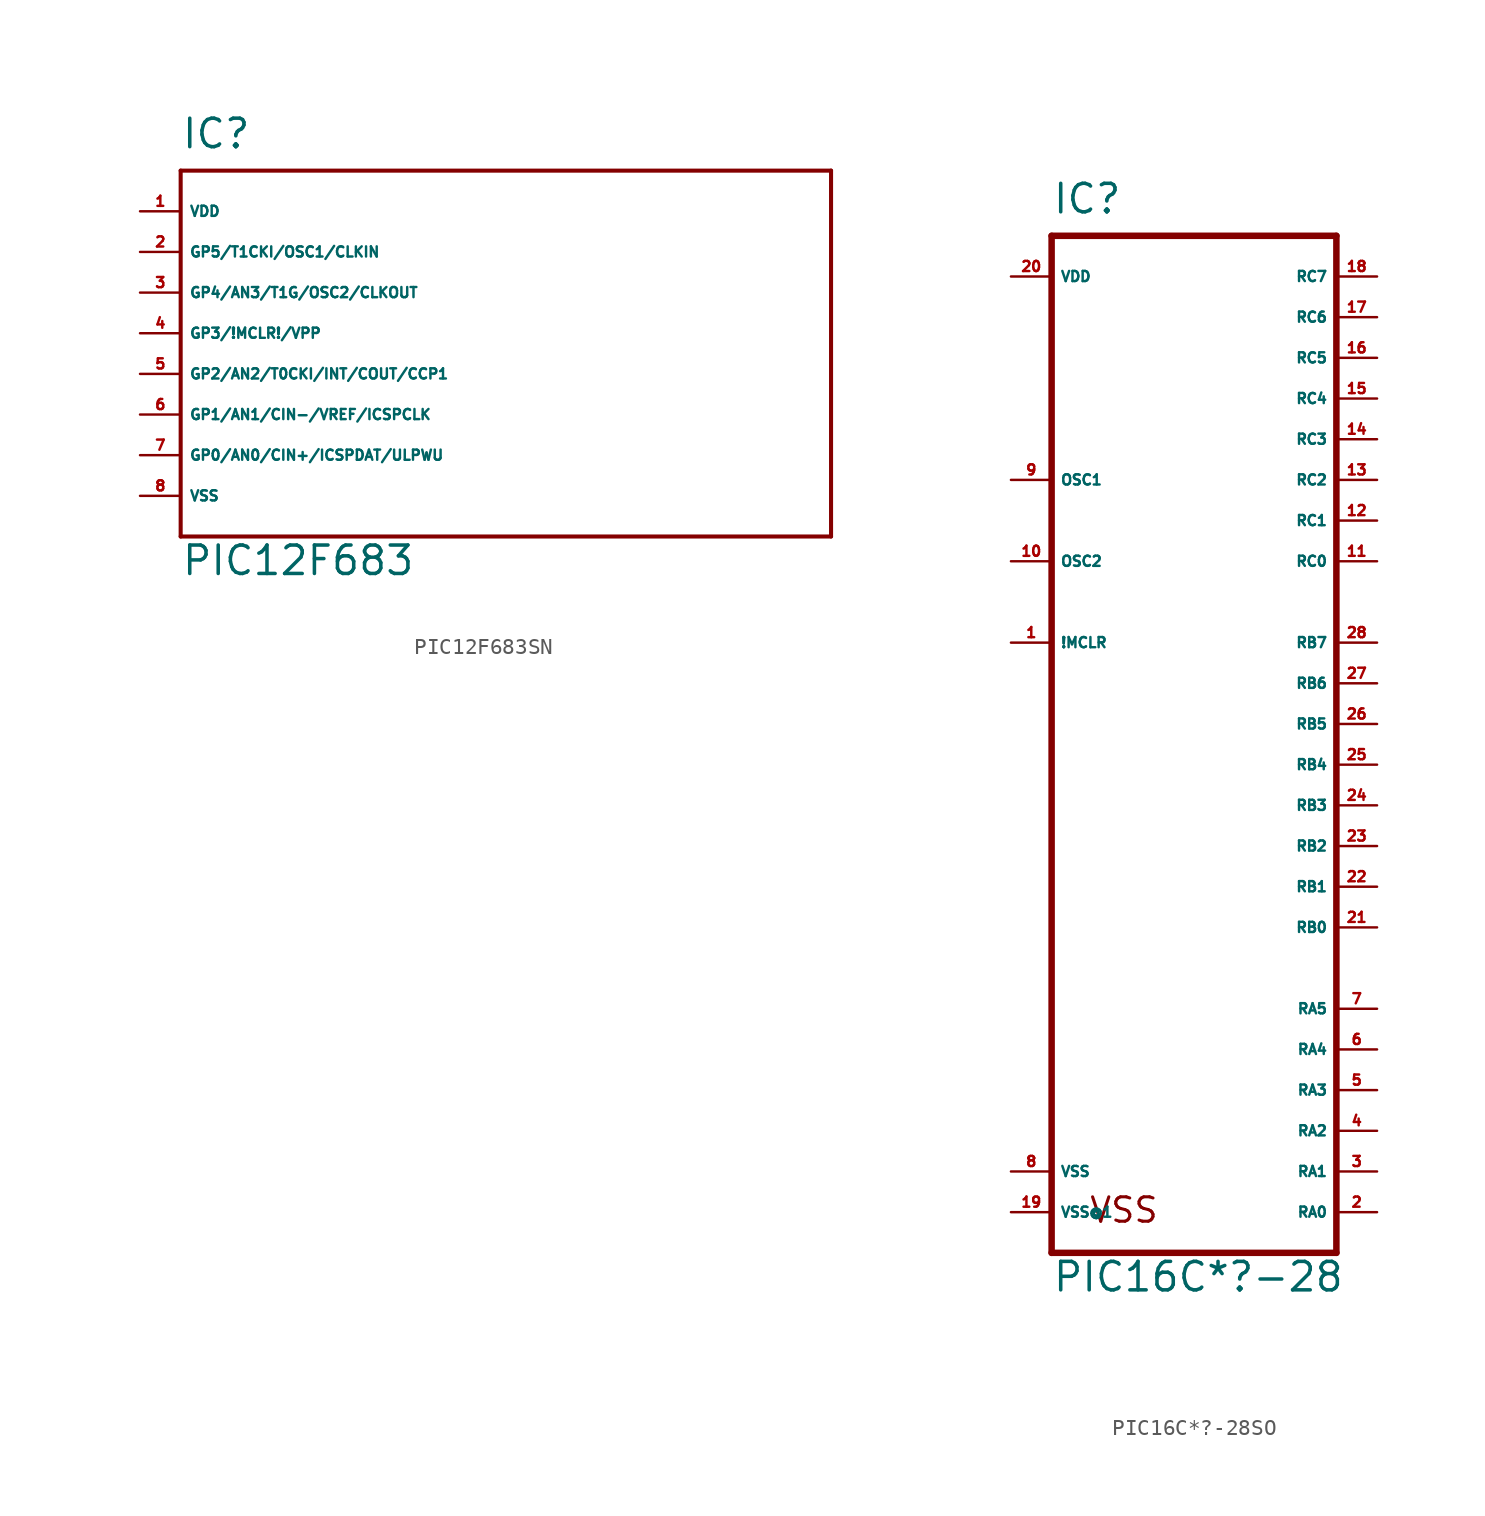
<source format=kicad_sym>
(kicad_symbol_lib
  (version 20220914)
  (generator Eagle2Kicad)
  (symbol "PIC12F683SN"
    (property "Reference" "IC"
      (at -20.32 19.05 0)
      (effects (font (size 1.778 1.778) (thickness 0.22)) (justify left bottom)))
    (property "Value" "PIC12F683"
      (at -20.32 -7.62 0)
      (effects (font (size 1.778 1.778) (thickness 0.22)) (justify left bottom)))
    (polyline
      (pts (xy -20.32 17.78) (xy 20.32 17.78))
      (stroke (width 0.254) (type default))
      (fill (type none)))
    (polyline
      (pts (xy 20.32 17.78) (xy 20.32 -5.08))
      (stroke (width 0.254) (type default))
      (fill (type none)))
    (polyline
      (pts (xy 20.32 -5.08) (xy -20.32 -5.08))
      (stroke (width 0.254) (type default))
      (fill (type none)))
    (polyline
      (pts (xy -20.32 -5.08) (xy -20.32 17.78))
      (stroke (width 0.254) (type default))
      (fill (type none)))
    (pin unspecified line
      (at -22.86 15.24 0)
      (length 2.54)
      (name "VDD" (effects (font (size 0.635 0.635) (thickness 0.08)) (justify left bottom)))
      (number "1" (effects (font (size 0.635 0.635) (thickness 0.08)) (justify left bottom))))
    (pin bidirectional line
      (at -22.86 12.7 0)
      (length 2.54)
      (name "GP5/T1CKI/OSC1/CLKIN" (effects (font (size 0.635 0.635) (thickness 0.08)) (justify left bottom)))
      (number "2" (effects (font (size 0.635 0.635) (thickness 0.08)) (justify left bottom))))
    (pin bidirectional line
      (at -22.86 10.16 0)
      (length 2.54)
      (name "GP4/AN3/T1G/OSC2/CLKOUT" (effects (font (size 0.635 0.635) (thickness 0.08)) (justify left bottom)))
      (number "3" (effects (font (size 0.635 0.635) (thickness 0.08)) (justify left bottom))))
    (pin bidirectional line
      (at -22.86 7.62 0)
      (length 2.54)
      (name "GP3/!MCLR!/VPP" (effects (font (size 0.635 0.635) (thickness 0.08)) (justify left bottom)))
      (number "4" (effects (font (size 0.635 0.635) (thickness 0.08)) (justify left bottom))))
    (pin bidirectional line
      (at -22.86 5.08 0)
      (length 2.54)
      (name "GP2/AN2/T0CKI/INT/COUT/CCP1" (effects (font (size 0.635 0.635) (thickness 0.08)) (justify left bottom)))
      (number "5" (effects (font (size 0.635 0.635) (thickness 0.08)) (justify left bottom))))
    (pin bidirectional line
      (at -22.86 2.54 0)
      (length 2.54)
      (name "GP1/AN1/CIN-/VREF/ICSPCLK" (effects (font (size 0.635 0.635) (thickness 0.08)) (justify left bottom)))
      (number "6" (effects (font (size 0.635 0.635) (thickness 0.08)) (justify left bottom))))
    (pin bidirectional line
      (at -22.86 0 0)
      (length 2.54)
      (name "GP0/AN0/CIN+/ICSPDAT/ULPWU" (effects (font (size 0.635 0.635) (thickness 0.08)) (justify left bottom)))
      (number "7" (effects (font (size 0.635 0.635) (thickness 0.08)) (justify left bottom))))
    (pin unspecified line
      (at -22.86 -2.54 0)
      (length 2.54)
      (name "VSS" (effects (font (size 0.635 0.635) (thickness 0.08)) (justify left bottom)))
      (number "8" (effects (font (size 0.635 0.635) (thickness 0.08)) (justify left bottom)))))
  (symbol "PIC16C*?-28SO"
    (property "Reference" "IC"
      (at -7.62 31.75 0)
      (effects (font (size 1.778 1.778) (thickness 0.22)) (justify left bottom)))
    (property "Value" "PIC16C*?-28"
      (at -7.62 -35.56 0)
      (effects (font (size 1.778 1.778) (thickness 0.22)) (justify left bottom)))
    (polyline
      (pts (xy -7.62 -33.02) (xy 10.16 -33.02))
      (stroke (width 0.406) (type default))
      (fill (type none)))
    (polyline
      (pts (xy 10.16 -33.02) (xy 10.16 30.48))
      (stroke (width 0.406) (type default))
      (fill (type none)))
    (polyline
      (pts (xy 10.16 30.48) (xy -7.62 30.48))
      (stroke (width 0.406) (type default))
      (fill (type none)))
    (polyline
      (pts (xy -7.62 30.48) (xy -7.62 -33.02))
      (stroke (width 0.406) (type default))
      (fill (type none)))
    (text "VSS"
      (at -5.334 -31.242 0)
      (effects (font (size 1.524 1.524) (thickness 0.19)) (justify left bottom)))
    (pin input line
      (at -10.16 5.08 0)
      (length 2.54)
      (name "!MCLR" (effects (font (size 0.635 0.635) (thickness 0.08)) (justify left bottom)))
      (number "1" (effects (font (size 0.635 0.635) (thickness 0.08)) (justify left bottom))))
    (pin bidirectional line
      (at -10.16 15.24 0)
      (length 2.54)
      (name "OSC1" (effects (font (size 0.635 0.635) (thickness 0.08)) (justify left bottom)))
      (number "9" (effects (font (size 0.635 0.635) (thickness 0.08)) (justify left bottom))))
    (pin bidirectional line
      (at 12.7 -30.48 180)
      (length 2.54)
      (name "RA0" (effects (font (size 0.635 0.635) (thickness 0.08)) (justify left bottom)))
      (number "2" (effects (font (size 0.635 0.635) (thickness 0.08)) (justify left bottom))))
    (pin bidirectional line
      (at 12.7 -27.94 180)
      (length 2.54)
      (name "RA1" (effects (font (size 0.635 0.635) (thickness 0.08)) (justify left bottom)))
      (number "3" (effects (font (size 0.635 0.635) (thickness 0.08)) (justify left bottom))))
    (pin bidirectional line
      (at 12.7 -25.4 180)
      (length 2.54)
      (name "RA2" (effects (font (size 0.635 0.635) (thickness 0.08)) (justify left bottom)))
      (number "4" (effects (font (size 0.635 0.635) (thickness 0.08)) (justify left bottom))))
    (pin bidirectional line
      (at 12.7 -22.86 180)
      (length 2.54)
      (name "RA3" (effects (font (size 0.635 0.635) (thickness 0.08)) (justify left bottom)))
      (number "5" (effects (font (size 0.635 0.635) (thickness 0.08)) (justify left bottom))))
    (pin bidirectional line
      (at 12.7 -20.32 180)
      (length 2.54)
      (name "RA4" (effects (font (size 0.635 0.635) (thickness 0.08)) (justify left bottom)))
      (number "6" (effects (font (size 0.635 0.635) (thickness 0.08)) (justify left bottom))))
    (pin bidirectional line
      (at 12.7 -17.78 180)
      (length 2.54)
      (name "RA5" (effects (font (size 0.635 0.635) (thickness 0.08)) (justify left bottom)))
      (number "7" (effects (font (size 0.635 0.635) (thickness 0.08)) (justify left bottom))))
    (pin bidirectional line
      (at -10.16 10.16 0)
      (length 2.54)
      (name "OSC2" (effects (font (size 0.635 0.635) (thickness 0.08)) (justify left bottom)))
      (number "10" (effects (font (size 0.635 0.635) (thickness 0.08)) (justify left bottom))))
    (pin bidirectional line
      (at 12.7 27.94 180)
      (length 2.54)
      (name "RC7" (effects (font (size 0.635 0.635) (thickness 0.08)) (justify left bottom)))
      (number "18" (effects (font (size 0.635 0.635) (thickness 0.08)) (justify left bottom))))
    (pin bidirectional line
      (at 12.7 25.4 180)
      (length 2.54)
      (name "RC6" (effects (font (size 0.635 0.635) (thickness 0.08)) (justify left bottom)))
      (number "17" (effects (font (size 0.635 0.635) (thickness 0.08)) (justify left bottom))))
    (pin bidirectional line
      (at 12.7 22.86 180)
      (length 2.54)
      (name "RC5" (effects (font (size 0.635 0.635) (thickness 0.08)) (justify left bottom)))
      (number "16" (effects (font (size 0.635 0.635) (thickness 0.08)) (justify left bottom))))
    (pin bidirectional line
      (at 12.7 20.32 180)
      (length 2.54)
      (name "RC4" (effects (font (size 0.635 0.635) (thickness 0.08)) (justify left bottom)))
      (number "15" (effects (font (size 0.635 0.635) (thickness 0.08)) (justify left bottom))))
    (pin bidirectional line
      (at 12.7 17.78 180)
      (length 2.54)
      (name "RC3" (effects (font (size 0.635 0.635) (thickness 0.08)) (justify left bottom)))
      (number "14" (effects (font (size 0.635 0.635) (thickness 0.08)) (justify left bottom))))
    (pin bidirectional line
      (at 12.7 15.24 180)
      (length 2.54)
      (name "RC2" (effects (font (size 0.635 0.635) (thickness 0.08)) (justify left bottom)))
      (number "13" (effects (font (size 0.635 0.635) (thickness 0.08)) (justify left bottom))))
    (pin bidirectional line
      (at 12.7 12.7 180)
      (length 2.54)
      (name "RC1" (effects (font (size 0.635 0.635) (thickness 0.08)) (justify left bottom)))
      (number "12" (effects (font (size 0.635 0.635) (thickness 0.08)) (justify left bottom))))
    (pin bidirectional line
      (at 12.7 10.16 180)
      (length 2.54)
      (name "RC0" (effects (font (size 0.635 0.635) (thickness 0.08)) (justify left bottom)))
      (number "11" (effects (font (size 0.635 0.635) (thickness 0.08)) (justify left bottom))))
    (pin bidirectional line
      (at 12.7 5.08 180)
      (length 2.54)
      (name "RB7" (effects (font (size 0.635 0.635) (thickness 0.08)) (justify left bottom)))
      (number "28" (effects (font (size 0.635 0.635) (thickness 0.08)) (justify left bottom))))
    (pin bidirectional line
      (at 12.7 2.54 180)
      (length 2.54)
      (name "RB6" (effects (font (size 0.635 0.635) (thickness 0.08)) (justify left bottom)))
      (number "27" (effects (font (size 0.635 0.635) (thickness 0.08)) (justify left bottom))))
    (pin bidirectional line
      (at 12.7 0 180)
      (length 2.54)
      (name "RB5" (effects (font (size 0.635 0.635) (thickness 0.08)) (justify left bottom)))
      (number "26" (effects (font (size 0.635 0.635) (thickness 0.08)) (justify left bottom))))
    (pin bidirectional line
      (at 12.7 -2.54 180)
      (length 2.54)
      (name "RB4" (effects (font (size 0.635 0.635) (thickness 0.08)) (justify left bottom)))
      (number "25" (effects (font (size 0.635 0.635) (thickness 0.08)) (justify left bottom))))
    (pin bidirectional line
      (at 12.7 -5.08 180)
      (length 2.54)
      (name "RB3" (effects (font (size 0.635 0.635) (thickness 0.08)) (justify left bottom)))
      (number "24" (effects (font (size 0.635 0.635) (thickness 0.08)) (justify left bottom))))
    (pin bidirectional line
      (at 12.7 -7.62 180)
      (length 2.54)
      (name "RB2" (effects (font (size 0.635 0.635) (thickness 0.08)) (justify left bottom)))
      (number "23" (effects (font (size 0.635 0.635) (thickness 0.08)) (justify left bottom))))
    (pin bidirectional line
      (at 12.7 -10.16 180)
      (length 2.54)
      (name "RB1" (effects (font (size 0.635 0.635) (thickness 0.08)) (justify left bottom)))
      (number "22" (effects (font (size 0.635 0.635) (thickness 0.08)) (justify left bottom))))
    (pin bidirectional line
      (at 12.7 -12.7 180)
      (length 2.54)
      (name "RB0" (effects (font (size 0.635 0.635) (thickness 0.08)) (justify left bottom)))
      (number "21" (effects (font (size 0.635 0.635) (thickness 0.08)) (justify left bottom))))
    (pin unspecified line
      (at -10.16 -30.48 0)
      (length 2.54)
      (name "VSS@1" (effects (font (size 0.635 0.635) (thickness 0.08)) (justify left bottom)))
      (number "19" (effects (font (size 0.635 0.635) (thickness 0.08)) (justify left bottom))))
    (pin unspecified line
      (at -10.16 -27.94 0)
      (length 2.54)
      (name "VSS" (effects (font (size 0.635 0.635) (thickness 0.08)) (justify left bottom)))
      (number "8" (effects (font (size 0.635 0.635) (thickness 0.08)) (justify left bottom))))
    (pin unspecified line
      (at -10.16 27.94 0)
      (length 2.54)
      (name "VDD" (effects (font (size 0.635 0.635) (thickness 0.08)) (justify left bottom)))
      (number "20" (effects (font (size 0.635 0.635) (thickness 0.08)) (justify left bottom))))))
</source>
